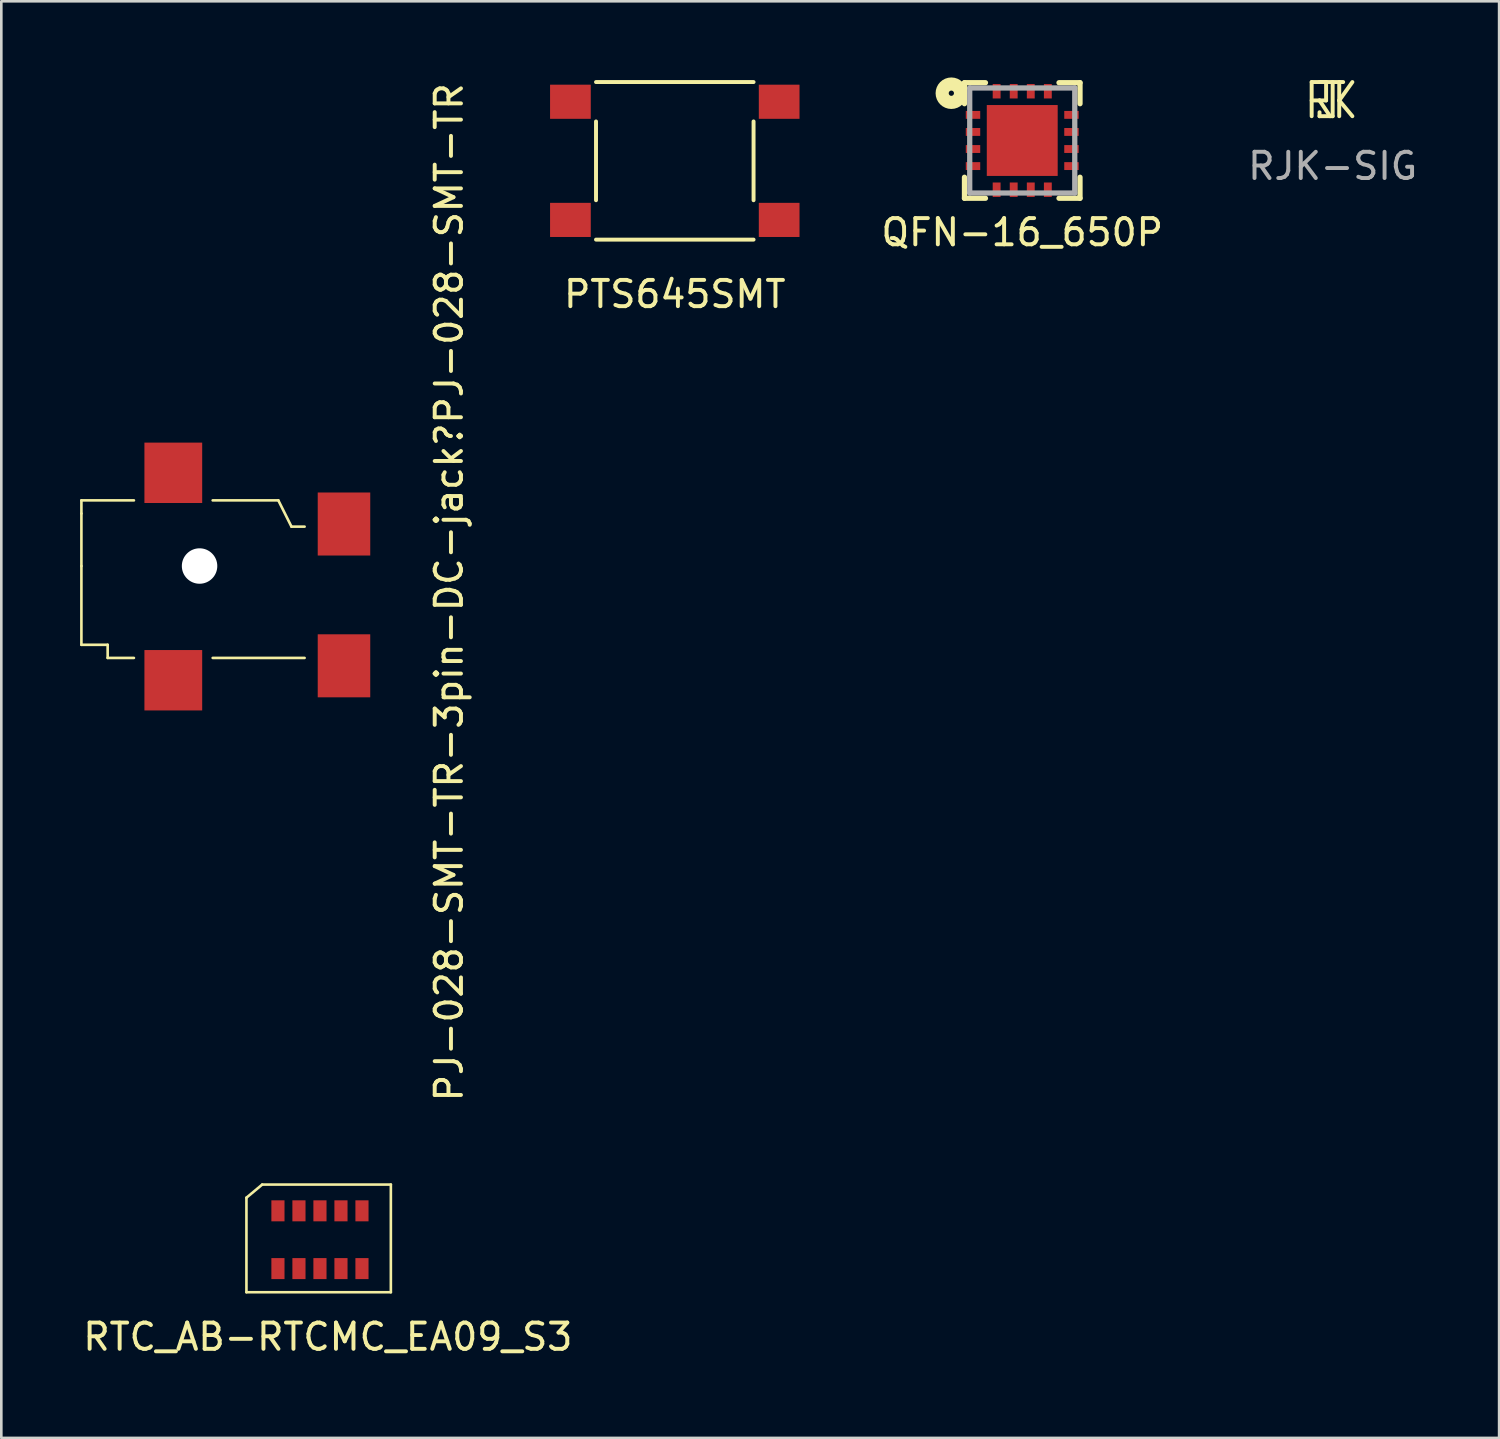
<source format=kicad_pcb>
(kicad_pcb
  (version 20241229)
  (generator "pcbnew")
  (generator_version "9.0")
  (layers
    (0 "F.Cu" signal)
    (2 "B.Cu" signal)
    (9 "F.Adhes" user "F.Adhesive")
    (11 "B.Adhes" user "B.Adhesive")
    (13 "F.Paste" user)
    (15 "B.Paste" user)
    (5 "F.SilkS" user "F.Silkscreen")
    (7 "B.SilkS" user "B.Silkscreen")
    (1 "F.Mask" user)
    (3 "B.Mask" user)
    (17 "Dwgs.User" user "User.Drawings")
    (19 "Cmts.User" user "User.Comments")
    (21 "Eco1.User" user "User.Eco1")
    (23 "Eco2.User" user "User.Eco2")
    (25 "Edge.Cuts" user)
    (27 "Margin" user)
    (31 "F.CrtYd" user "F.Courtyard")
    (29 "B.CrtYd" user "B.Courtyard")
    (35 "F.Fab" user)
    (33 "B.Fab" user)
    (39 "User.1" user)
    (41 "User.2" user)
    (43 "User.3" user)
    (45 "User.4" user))
  (footprint "PTS645SMT"
    (layer "F.Cu")
    (at 22.648 3.075)
    (property "Reference" "PTS645SMT" (at 0 5.08 0) (layer "F.SilkS") (effects (font (size 1 1) (thickness 0.15))))
    (attr through_hole)
    (fp_line (start -3 -3) (end 3 -3) (stroke (width 0.15) (type solid)) (layer "F.SilkS"))
    (fp_line (start -3 1.5) (end -3 -1.5) (stroke (width 0.15) (type solid)) (layer "F.SilkS"))
    (fp_line (start -3 3) (end 3 3) (stroke (width 0.15) (type solid)) (layer "F.SilkS"))
    (fp_line (start 3 1.5) (end 3 -1.5) (stroke (width 0.15) (type solid)) (layer "F.SilkS"))
    (pad "1" smd rect (at -3.975 -2.25) (size 1.55 1.3) (layers "F.Cu" "F.Mask" "F.Paste"))
    (pad "2" smd rect (at 3.975 -2.25) (size 1.55 1.3) (layers "F.Cu" "F.Mask" "F.Paste"))
    (pad "3" smd rect (at -3.975 2.25) (size 1.55 1.3) (layers "F.Cu" "F.Mask" "F.Paste"))
    (pad "4" smd rect (at 3.975 2.25) (size 1.55 1.3) (layers "F.Cu" "F.Mask" "F.Paste")))
  (footprint "RTC_AB-RTCMC_EA09_S3"
    (layer "F.Cu")
    (at 9.135 44.162)
    (property "Reference" "RTC_AB-RTCMC_EA09_S3" (at 0.3 3.7 0) (layer "F.SilkS") (effects (font (size 1 1) (thickness 0.15))))
    (attr through_hole)
    (fp_line (start -2.8 -1.6) (end -2.2 -2.1) (stroke (width 0.1) (type solid)) (layer "F.SilkS"))
    (fp_line (start -2.8 2) (end -2.8 -1.6) (stroke (width 0.1) (type solid)) (layer "F.SilkS"))
    (fp_line (start -2.8 2) (end 2.7 2) (stroke (width 0.1) (type solid)) (layer "F.SilkS"))
    (fp_line (start 2.7 -2.1) (end -2.2 -2.1) (stroke (width 0.1) (type solid)) (layer "F.SilkS"))
    (fp_line (start 2.7 -2.1) (end 2.7 2) (stroke (width 0.1) (type solid)) (layer "F.SilkS"))
    (pad "1" smd rect (at -1.6 -1.1) (size 0.5 0.8) (layers "F.Cu" "F.Mask" "F.Paste"))
    (pad "2" smd rect (at -0.8 -1.1) (size 0.5 0.8) (layers "F.Cu" "F.Mask" "F.Paste"))
    (pad "3" smd rect (at 0 -1.1) (size 0.5 0.8) (layers "F.Cu" "F.Mask" "F.Paste"))
    (pad "4" smd rect (at 0.8 -1.1) (size 0.5 0.8) (layers "F.Cu" "F.Mask" "F.Paste"))
    (pad "5" smd rect (at 1.6 -1.1) (size 0.5 0.8) (layers "F.Cu" "F.Mask" "F.Paste"))
    (pad "6" smd rect (at 1.6 1.1) (size 0.5 0.8) (layers "F.Cu" "F.Mask" "F.Paste"))
    (pad "7" smd rect (at 0.8 1.1) (size 0.5 0.8) (layers "F.Cu" "F.Mask" "F.Paste"))
    (pad "8" smd rect (at 0 1.1) (size 0.5 0.8) (layers "F.Cu" "F.Mask" "F.Paste"))
    (pad "9" smd rect (at -0.8 1.1) (size 0.5 0.8) (layers "F.Cu" "F.Mask" "F.Paste"))
    (pad "10" smd rect (at -1.6 1.1) (size 0.5 0.8) (layers "F.Cu" "F.Mask" "F.Paste")))
  (footprint "QFN-16_650P"
    (layer "F.Cu")
    (at 35.88 2.3)
    (property "Reference" "QFN-16_650P" (at 0 3.5 0) (layer "F.SilkS") (effects (font (size 1 1) (thickness 0.15))))
    (attr through_hole)
    (fp_line (start -2.2 -2.2) (end -2.2 -1.4) (stroke (width 0.2) (type solid)) (layer "F.SilkS"))
    (fp_line (start -2.2 2.2) (end -2.2 1.4) (stroke (width 0.2) (type solid)) (layer "F.SilkS"))
    (fp_line (start -1.4 -2.2) (end -2.2 -2.2) (stroke (width 0.2) (type solid)) (layer "F.SilkS"))
    (fp_line (start -1.4 2.2) (end -2.2 2.2) (stroke (width 0.2) (type solid)) (layer "F.SilkS"))
    (fp_line (start 1.4 -2.2) (end 2.2 -2.2) (stroke (width 0.2) (type solid)) (layer "F.SilkS"))
    (fp_line (start 1.4 2.2) (end 2.2 2.2) (stroke (width 0.2) (type solid)) (layer "F.SilkS"))
    (fp_line (start 2.2 -2.2) (end 2.2 -1.4) (stroke (width 0.2) (type solid)) (layer "F.SilkS"))
    (fp_line (start 2.2 2.2) (end 2.2 1.4) (stroke (width 0.2) (type solid)) (layer "F.SilkS"))
    (fp_circle (center -2.7 -1.8) (end -2.8 -1.8) (stroke (width 0.5) (type solid)) (fill no) (layer "F.SilkS"))
    (fp_line (start -2 -2) (end 2 -2) (stroke (width 0.2) (type solid)) (layer "F.Fab"))
    (fp_line (start -2 2) (end -2 -2) (stroke (width 0.2) (type solid)) (layer "F.Fab"))
    (fp_line (start 2 -2) (end 2 2) (stroke (width 0.2) (type solid)) (layer "F.Fab"))
    (fp_line (start 2 2) (end -2 2) (stroke (width 0.2) (type solid)) (layer "F.Fab"))
    (pad "" smd rect (at -0.65 -0.65) (size 1.1 1.1) (layers "F.Paste"))
    (pad "" smd rect (at -0.65 0.65) (size 1.1 1.1) (layers "F.Paste"))
    (pad "" smd rect (at 0.65 -0.65) (size 1.1 1.1) (layers "F.Paste"))
    (pad "" smd rect (at 0.65 0.65) (size 1.1 1.1) (layers "F.Paste"))
    (pad "1" smd rect (at -1.875 -0.975) (size 0.55 0.3) (layers "F.Cu" "F.Mask" "F.Paste"))
    (pad "2" smd rect (at -1.875 -0.325) (size 0.55 0.3) (layers "F.Cu" "F.Mask" "F.Paste"))
    (pad "3" smd rect (at -1.875 0.325) (size 0.55 0.3) (layers "F.Cu" "F.Mask" "F.Paste"))
    (pad "4" smd rect (at -1.875 0.975) (size 0.55 0.3) (layers "F.Cu" "F.Mask" "F.Paste"))
    (pad "5" smd rect (at -0.975 1.875 90) (size 0.55 0.3) (layers "F.Cu" "F.Mask" "F.Paste"))
    (pad "6" smd rect (at -0.325 1.875 90) (size 0.55 0.3) (layers "F.Cu" "F.Mask" "F.Paste"))
    (pad "7" smd rect (at 0.325 1.875 90) (size 0.55 0.3) (layers "F.Cu" "F.Mask" "F.Paste"))
    (pad "8" smd rect (at 0.975 1.875 90) (size 0.55 0.3) (layers "F.Cu" "F.Mask" "F.Paste"))
    (pad "9" smd rect (at 1.875 0.975) (size 0.55 0.3) (layers "F.Cu" "F.Mask" "F.Paste"))
    (pad "10" smd rect (at 1.875 0.325) (size 0.55 0.3) (layers "F.Cu" "F.Mask" "F.Paste"))
    (pad "11" smd rect (at 1.875 -0.325) (size 0.55 0.3) (layers "F.Cu" "F.Mask" "F.Paste"))
    (pad "12" smd rect (at 1.875 -0.975) (size 0.55 0.3) (layers "F.Cu" "F.Mask" "F.Paste"))
    (pad "13" smd rect (at 0.975 -1.875 90) (size 0.55 0.3) (layers "F.Cu" "F.Mask" "F.Paste"))
    (pad "14" smd rect (at 0.325 -1.875 90) (size 0.55 0.3) (layers "F.Cu" "F.Mask" "F.Paste"))
    (pad "15" smd rect (at -0.325 -1.875 90) (size 0.55 0.3) (layers "F.Cu" "F.Mask" "F.Paste"))
    (pad "16" smd rect (at -0.975 -1.875 90) (size 0.55 0.3) (layers "F.Cu" "F.Mask" "F.Paste"))
    (pad "17" smd rect (at 0 0 90) (size 2.7 2.7) (layers "F.Cu" "F.Mask")))
  (footprint "RJK-SIG"
    (layer "F.Cu")
    (at 47.702 0.775)
    (property "Reference" "RJK-SIG" (at 0 2.5 0) (layer "F.Fab") (effects (font (size 1 1) (thickness 0.15))))
    (attr through_hole)
    (fp_line (start -0.8 0.6) (end -0.8 -0.7) (stroke (width 0.15) (type solid)) (layer "F.SilkS"))
    (fp_line (start -0.5 -0.7) (end 0.4 -0.7) (stroke (width 0.15) (type solid)) (layer "F.SilkS"))
    (fp_line (start -0.5 0) (end -0.8 0) (stroke (width 0.15) (type solid)) (layer "F.SilkS"))
    (fp_line (start -0.5 0) (end -0.25 0) (stroke (width 0.15) (type solid)) (layer "F.SilkS"))
    (fp_line (start -0.5 0.6) (end -0.5 0.45) (stroke (width 0.15) (type solid)) (layer "F.SilkS"))
    (fp_line (start -0.25 -0.7) (end -0.8 -0.7) (stroke (width 0.15) (type solid)) (layer "F.SilkS"))
    (fp_line (start -0.25 -0.7) (end -0.25 0) (stroke (width 0.15) (type solid)) (layer "F.SilkS"))
    (fp_line (start -0.1 0.6) (end -0.5 0) (stroke (width 0.15) (type solid)) (layer "F.SilkS"))
    (fp_line (start 0 -0.7) (end 0 0.6) (stroke (width 0.15) (type solid)) (layer "F.SilkS"))
    (fp_line (start 0 0.6) (end -0.5 0.6) (stroke (width 0.15) (type solid)) (layer "F.SilkS"))
    (fp_line (start 0.25 0) (end 0.75 -0.7) (stroke (width 0.15) (type solid)) (layer "F.SilkS"))
    (fp_line (start 0.25 0) (end 0.75 0.6) (stroke (width 0.15) (type solid)) (layer "F.SilkS"))
    (fp_line (start 0.25 0.6) (end 0.25 -0.7) (stroke (width 0.15) (type solid)) (layer "F.SilkS")))
  (footprint "PJ-028-SMT-TR-3pin-DC-jack\rPJ-028-SMT-TR"
    (layer "F.Cu")
    (at 4.55 18.506)
    (property "Reference" "PJ-028-SMT-TR-3pin-DC-jack\rPJ-028-SMT-TR" (at 9.5 1 90) (layer "F.SilkS") (effects (font (size 1 1) (thickness 0.15))))
    (attr through_hole)
    (fp_line (start -4.5 -2.5) (end -2.5 -2.5) (stroke (width 0.1) (type solid)) (layer "F.SilkS"))
    (fp_line (start -4.5 -2) (end -4.5 -2.5) (stroke (width 0.1) (type solid)) (layer "F.SilkS"))
    (fp_line (start -4.5 0) (end -4.5 -2) (stroke (width 0.1) (type solid)) (layer "F.SilkS"))
    (fp_line (start -4.5 3) (end -4.5 0) (stroke (width 0.1) (type solid)) (layer "F.SilkS"))
    (fp_line (start -3.5 3) (end -4.5 3) (stroke (width 0.1) (type solid)) (layer "F.SilkS"))
    (fp_line (start -3.5 3.5) (end -3.5 3) (stroke (width 0.1) (type solid)) (layer "F.SilkS"))
    (fp_line (start -2.5 3.5) (end -3.5 3.5) (stroke (width 0.1) (type solid)) (layer "F.SilkS"))
    (fp_line (start 0.5 -2.5) (end 3 -2.5) (stroke (width 0.1) (type solid)) (layer "F.SilkS"))
    (fp_line (start 0.5 3.5) (end 4 3.5) (stroke (width 0.1) (type solid)) (layer "F.SilkS"))
    (fp_line (start 3 -2.5) (end 3.5 -1.5) (stroke (width 0.1) (type solid)) (layer "F.SilkS"))
    (fp_line (start 3.5 -1.5) (end 4 -1.5) (stroke (width 0.1) (type solid)) (layer "F.SilkS"))
    (pad "" np_thru_hole circle (at 0 0) (size 1.35 1.35) (drill 1.35) (layers "*.Cu" "*.Mask"))
    (pad "1" smd rect (at 5.5 -1.6) (size 2 2.4) (layers "F.Cu" "F.Mask" "F.Paste"))
    (pad "2" smd rect (at 5.5 3.8) (size 2 2.4) (layers "F.Cu" "F.Mask" "F.Paste"))
    (pad "3" smd rect (at -1 -3.55) (size 2.2 2.3) (layers "F.Cu" "F.Mask" "F.Paste"))
    (pad "3" smd rect (at -1 4.35) (size 2.2 2.3) (layers "F.Cu" "F.Mask" "F.Paste")))
  (gr_rect
    (start -3 -3)
    (end 54.041 51.71)
    (stroke (width 0.1) (type default))
    (fill no)
    (layer "Edge.Cuts")))
</source>
